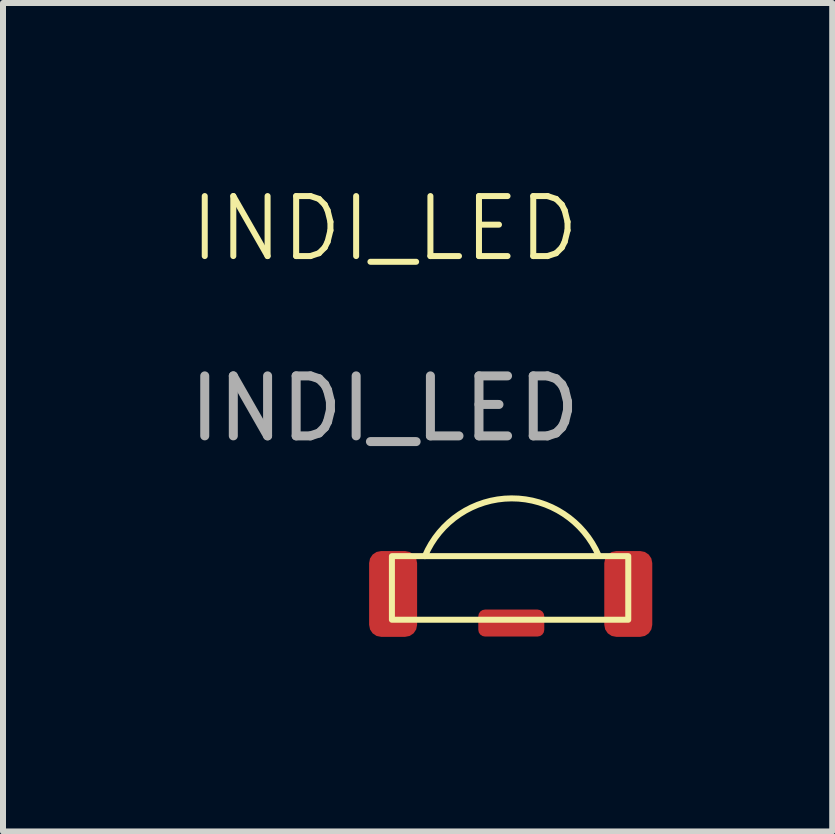
<source format=kicad_pcb>
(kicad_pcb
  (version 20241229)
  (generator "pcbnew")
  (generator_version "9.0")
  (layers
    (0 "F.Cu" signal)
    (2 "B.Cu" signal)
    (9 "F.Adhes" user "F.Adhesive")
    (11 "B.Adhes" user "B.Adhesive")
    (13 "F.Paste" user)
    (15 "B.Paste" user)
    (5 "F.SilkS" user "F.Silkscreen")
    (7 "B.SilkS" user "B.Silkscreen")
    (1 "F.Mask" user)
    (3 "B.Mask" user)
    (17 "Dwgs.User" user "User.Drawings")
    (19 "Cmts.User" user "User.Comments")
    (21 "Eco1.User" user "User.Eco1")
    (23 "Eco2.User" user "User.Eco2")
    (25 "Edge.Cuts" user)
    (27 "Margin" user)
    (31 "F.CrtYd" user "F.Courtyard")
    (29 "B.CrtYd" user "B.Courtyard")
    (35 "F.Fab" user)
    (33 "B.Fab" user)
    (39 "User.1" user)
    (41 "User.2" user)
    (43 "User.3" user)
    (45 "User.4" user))
  (footprint "INDI_LED"
    (layer "F.Cu")
    (at 3.103 7.561)
    (property "Reference" "INDI_LED" (at 0.26 -6.8 0) (unlocked yes) (layer "F.SilkS") (effects (font (size 1 1) (thickness 0.1))))
    (attr smd)
    (fp_rect (start 0.38 -1.34) (end 4.32 -0.28) (stroke (width 0.1) (type default)) (fill no) (layer "F.SilkS"))
    (fp_arc (start 0.93 -1.34) (mid 2.374748 -2.303077) (end 3.825894 -1.349669) (stroke (width 0.1) (type default)) (layer "F.SilkS"))
    (fp_text user "${REFERENCE}" (at 0.26 -3.8 0) (unlocked yes) (layer "F.Fab") (effects (font (size 1 1) (thickness 0.15))))
    (pad "1" smd roundrect (at 3.92 0) (size 0.8 1.43) (drill (offset 0.4 -0.71)) (layers "F.Cu" "F.Mask" "F.Paste") (roundrect_rratio 0.25))
    (pad "2" smd roundrect (at 1.87 0) (size 1.1 0.45) (drill (offset 0.5 -0.225)) (layers "F.Cu" "F.Mask" "F.Paste") (roundrect_rratio 0.25))
    (pad "3" smd roundrect (at 0.8 0) (size 0.8 1.43) (drill (offset -0.4 -0.71)) (layers "F.Cu" "F.Mask" "F.Paste") (roundrect_rratio 0.25)))
  (gr_rect
    (start -3 -3)
    (end 10.823 10.81)
    (stroke (width 0.1) (type default))
    (fill no)
    (layer "Edge.Cuts")))
</source>
